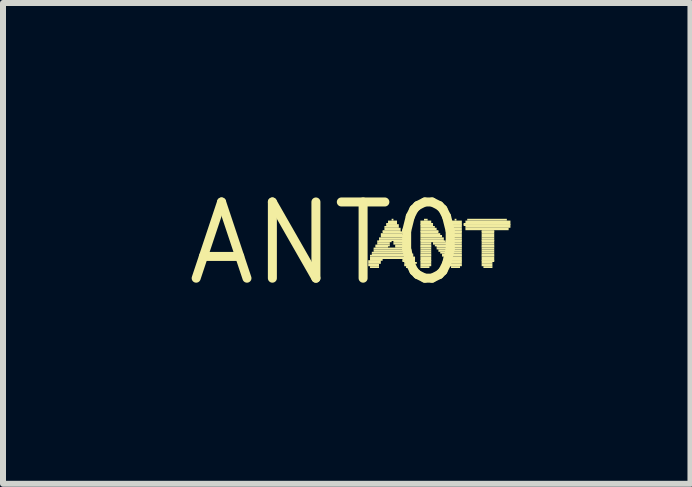
<source format=kicad_pcb>
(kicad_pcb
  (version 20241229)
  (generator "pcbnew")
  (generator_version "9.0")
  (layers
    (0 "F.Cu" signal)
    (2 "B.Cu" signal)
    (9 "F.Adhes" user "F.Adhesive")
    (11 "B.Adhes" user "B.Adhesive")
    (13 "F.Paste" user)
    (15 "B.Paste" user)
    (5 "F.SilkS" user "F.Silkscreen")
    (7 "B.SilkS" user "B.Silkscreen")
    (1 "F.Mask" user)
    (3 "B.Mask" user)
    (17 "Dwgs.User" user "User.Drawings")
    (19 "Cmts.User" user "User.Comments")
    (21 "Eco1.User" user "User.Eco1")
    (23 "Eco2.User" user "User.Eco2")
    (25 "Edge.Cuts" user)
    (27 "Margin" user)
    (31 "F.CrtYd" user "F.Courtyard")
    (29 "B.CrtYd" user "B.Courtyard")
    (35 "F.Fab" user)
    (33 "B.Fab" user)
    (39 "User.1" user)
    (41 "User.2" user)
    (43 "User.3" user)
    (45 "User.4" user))
  (footprint "ANT0"
    (layer "F.Cu")
    (at 2.396 1.006)
    (property "Reference" "ANT0" (at 0 0 0) (layer "F.SilkS") (effects (font (size 1.27 1.27) (thickness 0.15))))
    (fp_poly (pts (xy 0.69 0.31) (xy 0.9 0.31) (xy 0.9 0.28) (xy 0.69 0.28)) (stroke (width 0) (type solid)) (fill yes) (layer "F.SilkS"))
    (fp_poly (pts (xy 0.69 0.34) (xy 0.9 0.34) (xy 0.9 0.31) (xy 0.69 0.31)) (stroke (width 0) (type solid)) (fill yes) (layer "F.SilkS"))
    (fp_poly (pts (xy 0.69 0.38) (xy 0.87 0.38) (xy 0.87 0.34) (xy 0.69 0.34)) (stroke (width 0) (type solid)) (fill yes) (layer "F.SilkS"))
    (fp_poly (pts (xy 0.72 0.22) (xy 1.44 0.22) (xy 1.44 0.19) (xy 0.72 0.19)) (stroke (width 0) (type solid)) (fill yes) (layer "F.SilkS"))
    (fp_poly (pts (xy 0.72 0.26) (xy 1.47 0.26) (xy 1.47 0.22) (xy 0.72 0.22)) (stroke (width 0) (type solid)) (fill yes) (layer "F.SilkS"))
    (fp_poly (pts (xy 0.72 0.29) (xy 0.93 0.29) (xy 0.93 0.26) (xy 0.72 0.26)) (stroke (width 0) (type solid)) (fill yes) (layer "F.SilkS"))
    (fp_poly (pts (xy 0.72 0.41) (xy 0.87 0.41) (xy 0.87 0.38) (xy 0.72 0.38)) (stroke (width 0) (type solid)) (fill yes) (layer "F.SilkS"))
    (fp_poly (pts (xy 0.75 0.17) (xy 1.41 0.17) (xy 1.41 0.14) (xy 0.75 0.14)) (stroke (width 0) (type solid)) (fill yes) (layer "F.SilkS"))
    (fp_poly (pts (xy 0.75 0.2) (xy 1.44 0.2) (xy 1.44 0.17) (xy 0.75 0.17)) (stroke (width 0) (type solid)) (fill yes) (layer "F.SilkS"))
    (fp_poly (pts (xy 0.78 0.1) (xy 1.38 0.1) (xy 1.38 0.07) (xy 0.78 0.07)) (stroke (width 0) (type solid)) (fill yes) (layer "F.SilkS"))
    (fp_poly (pts (xy 0.78 0.14) (xy 1.41 0.14) (xy 1.41 0.1) (xy 0.78 0.1)) (stroke (width 0) (type solid)) (fill yes) (layer "F.SilkS"))
    (fp_poly (pts (xy 0.81 0.05) (xy 1.05 0.05) (xy 1.05 0.02) (xy 0.81 0.02)) (stroke (width 0) (type solid)) (fill yes) (layer "F.SilkS"))
    (fp_poly (pts (xy 0.81 0.07) (xy 1.02 0.07) (xy 1.02 0.04) (xy 0.81 0.04)) (stroke (width 0) (type solid)) (fill yes) (layer "F.SilkS"))
    (fp_poly (pts (xy 0.84 -0.02) (xy 1.08 -0.02) (xy 1.08 -0.05) (xy 0.84 -0.05)) (stroke (width 0) (type solid)) (fill yes) (layer "F.SilkS"))
    (fp_poly (pts (xy 0.84 0.02) (xy 1.05 0.02) (xy 1.05 -0.02) (xy 0.84 -0.02)) (stroke (width 0) (type solid)) (fill yes) (layer "F.SilkS"))
    (fp_poly (pts (xy 0.87 -0.07) (xy 1.29 -0.07) (xy 1.29 -0.1) (xy 0.87 -0.1)) (stroke (width 0) (type solid)) (fill yes) (layer "F.SilkS"))
    (fp_poly (pts (xy 0.87 -0.04) (xy 1.32 -0.04) (xy 1.32 -0.07) (xy 0.87 -0.07)) (stroke (width 0) (type solid)) (fill yes) (layer "F.SilkS"))
    (fp_poly (pts (xy 0.9 -0.14) (xy 1.26 -0.14) (xy 1.26 -0.17) (xy 0.9 -0.17)) (stroke (width 0) (type solid)) (fill yes) (layer "F.SilkS"))
    (fp_poly (pts (xy 0.9 -0.1) (xy 1.29 -0.1) (xy 1.29 -0.14) (xy 0.9 -0.14)) (stroke (width 0) (type solid)) (fill yes) (layer "F.SilkS"))
    (fp_poly (pts (xy 0.93 -0.19) (xy 1.23 -0.19) (xy 1.23 -0.22) (xy 0.93 -0.22)) (stroke (width 0) (type solid)) (fill yes) (layer "F.SilkS"))
    (fp_poly (pts (xy 0.93 -0.17) (xy 1.26 -0.17) (xy 1.26 -0.2) (xy 0.93 -0.2)) (stroke (width 0) (type solid)) (fill yes) (layer "F.SilkS"))
    (fp_poly (pts (xy 0.96 -0.26) (xy 1.2 -0.26) (xy 1.2 -0.29) (xy 0.96 -0.29)) (stroke (width 0) (type solid)) (fill yes) (layer "F.SilkS"))
    (fp_poly (pts (xy 0.96 -0.22) (xy 1.23 -0.22) (xy 1.23 -0.26) (xy 0.96 -0.26)) (stroke (width 0) (type solid)) (fill yes) (layer "F.SilkS"))
    (fp_poly (pts (xy 0.99 -0.31) (xy 1.17 -0.31) (xy 1.17 -0.34) (xy 0.99 -0.34)) (stroke (width 0) (type solid)) (fill yes) (layer "F.SilkS"))
    (fp_poly (pts (xy 0.99 -0.29) (xy 1.2 -0.29) (xy 1.2 -0.32) (xy 0.99 -0.32)) (stroke (width 0) (type solid)) (fill yes) (layer "F.SilkS"))
    (fp_poly (pts (xy 1.02 -0.34) (xy 1.17 -0.34) (xy 1.17 -0.38) (xy 1.02 -0.38)) (stroke (width 0) (type solid)) (fill yes) (layer "F.SilkS"))
    (fp_poly (pts (xy 1.08 -0.38) (xy 1.11 -0.38) (xy 1.11 -0.41) (xy 1.08 -0.41)) (stroke (width 0) (type solid)) (fill yes) (layer "F.SilkS"))
    (fp_poly (pts (xy 1.11 -0.02) (xy 1.32 -0.02) (xy 1.32 -0.05) (xy 1.11 -0.05)) (stroke (width 0) (type solid)) (fill yes) (layer "F.SilkS"))
    (fp_poly (pts (xy 1.11 0.02) (xy 1.35 0.02) (xy 1.35 -0.02) (xy 1.11 -0.02)) (stroke (width 0) (type solid)) (fill yes) (layer "F.SilkS"))
    (fp_poly (pts (xy 1.14 0.05) (xy 1.35 0.05) (xy 1.35 0.02) (xy 1.14 0.02)) (stroke (width 0) (type solid)) (fill yes) (layer "F.SilkS"))
    (fp_poly (pts (xy 1.14 0.07) (xy 1.38 0.07) (xy 1.38 0.04) (xy 1.14 0.04)) (stroke (width 0) (type solid)) (fill yes) (layer "F.SilkS"))
    (fp_poly (pts (xy 1.26 0.29) (xy 1.47 0.29) (xy 1.47 0.26) (xy 1.26 0.26)) (stroke (width 0) (type solid)) (fill yes) (layer "F.SilkS"))
    (fp_poly (pts (xy 1.26 0.31) (xy 1.47 0.31) (xy 1.47 0.28) (xy 1.26 0.28)) (stroke (width 0) (type solid)) (fill yes) (layer "F.SilkS"))
    (fp_poly (pts (xy 1.29 0.34) (xy 1.5 0.34) (xy 1.5 0.31) (xy 1.29 0.31)) (stroke (width 0) (type solid)) (fill yes) (layer "F.SilkS"))
    (fp_poly (pts (xy 1.29 0.38) (xy 1.47 0.38) (xy 1.47 0.34) (xy 1.29 0.34)) (stroke (width 0) (type solid)) (fill yes) (layer "F.SilkS"))
    (fp_poly (pts (xy 1.32 0.41) (xy 1.44 0.41) (xy 1.44 0.38) (xy 1.32 0.38)) (stroke (width 0) (type solid)) (fill yes) (layer "F.SilkS"))
    (fp_poly (pts (xy 1.56 -0.34) (xy 1.74 -0.34) (xy 1.74 -0.38) (xy 1.56 -0.38)) (stroke (width 0) (type solid)) (fill yes) (layer "F.SilkS"))
    (fp_poly (pts (xy 1.56 -0.31) (xy 1.77 -0.31) (xy 1.77 -0.34) (xy 1.56 -0.34)) (stroke (width 0) (type solid)) (fill yes) (layer "F.SilkS"))
    (fp_poly (pts (xy 1.56 -0.29) (xy 1.77 -0.29) (xy 1.77 -0.32) (xy 1.56 -0.32)) (stroke (width 0) (type solid)) (fill yes) (layer "F.SilkS"))
    (fp_poly (pts (xy 1.56 -0.26) (xy 1.8 -0.26) (xy 1.8 -0.29) (xy 1.56 -0.29)) (stroke (width 0) (type solid)) (fill yes) (layer "F.SilkS"))
    (fp_poly (pts (xy 1.56 -0.22) (xy 1.83 -0.22) (xy 1.83 -0.26) (xy 1.56 -0.26)) (stroke (width 0) (type solid)) (fill yes) (layer "F.SilkS"))
    (fp_poly (pts (xy 1.56 -0.19) (xy 1.86 -0.19) (xy 1.86 -0.22) (xy 1.56 -0.22)) (stroke (width 0) (type solid)) (fill yes) (layer "F.SilkS"))
    (fp_poly (pts (xy 1.56 -0.17) (xy 1.86 -0.17) (xy 1.86 -0.2) (xy 1.56 -0.2)) (stroke (width 0) (type solid)) (fill yes) (layer "F.SilkS"))
    (fp_poly (pts (xy 1.56 -0.14) (xy 1.89 -0.14) (xy 1.89 -0.17) (xy 1.56 -0.17)) (stroke (width 0) (type solid)) (fill yes) (layer "F.SilkS"))
    (fp_poly (pts (xy 1.56 -0.1) (xy 1.92 -0.1) (xy 1.92 -0.14) (xy 1.56 -0.14)) (stroke (width 0) (type solid)) (fill yes) (layer "F.SilkS"))
    (fp_poly (pts (xy 1.56 -0.07) (xy 1.95 -0.07) (xy 1.95 -0.1) (xy 1.56 -0.1)) (stroke (width 0) (type solid)) (fill yes) (layer "F.SilkS"))
    (fp_poly (pts (xy 1.56 -0.04) (xy 1.95 -0.04) (xy 1.95 -0.07) (xy 1.56 -0.07)) (stroke (width 0) (type solid)) (fill yes) (layer "F.SilkS"))
    (fp_poly (pts (xy 1.56 -0.02) (xy 1.98 -0.02) (xy 1.98 -0.05) (xy 1.56 -0.05)) (stroke (width 0) (type solid)) (fill yes) (layer "F.SilkS"))
    (fp_poly (pts (xy 1.56 0.02) (xy 1.74 0.02) (xy 1.74 -0.02) (xy 1.56 -0.02)) (stroke (width 0) (type solid)) (fill yes) (layer "F.SilkS"))
    (fp_poly (pts (xy 1.56 0.05) (xy 1.74 0.05) (xy 1.74 0.02) (xy 1.56 0.02)) (stroke (width 0) (type solid)) (fill yes) (layer "F.SilkS"))
    (fp_poly (pts (xy 1.56 0.07) (xy 1.74 0.07) (xy 1.74 0.04) (xy 1.56 0.04)) (stroke (width 0) (type solid)) (fill yes) (layer "F.SilkS"))
    (fp_poly (pts (xy 1.56 0.1) (xy 1.74 0.1) (xy 1.74 0.07) (xy 1.56 0.07)) (stroke (width 0) (type solid)) (fill yes) (layer "F.SilkS"))
    (fp_poly (pts (xy 1.56 0.14) (xy 1.74 0.14) (xy 1.74 0.1) (xy 1.56 0.1)) (stroke (width 0) (type solid)) (fill yes) (layer "F.SilkS"))
    (fp_poly (pts (xy 1.56 0.17) (xy 1.74 0.17) (xy 1.74 0.14) (xy 1.56 0.14)) (stroke (width 0) (type solid)) (fill yes) (layer "F.SilkS"))
    (fp_poly (pts (xy 1.56 0.2) (xy 1.74 0.2) (xy 1.74 0.17) (xy 1.56 0.17)) (stroke (width 0) (type solid)) (fill yes) (layer "F.SilkS"))
    (fp_poly (pts (xy 1.56 0.22) (xy 1.74 0.22) (xy 1.74 0.19) (xy 1.56 0.19)) (stroke (width 0) (type solid)) (fill yes) (layer "F.SilkS"))
    (fp_poly (pts (xy 1.56 0.26) (xy 1.74 0.26) (xy 1.74 0.22) (xy 1.56 0.22)) (stroke (width 0) (type solid)) (fill yes) (layer "F.SilkS"))
    (fp_poly (pts (xy 1.56 0.29) (xy 1.74 0.29) (xy 1.74 0.26) (xy 1.56 0.26)) (stroke (width 0) (type solid)) (fill yes) (layer "F.SilkS"))
    (fp_poly (pts (xy 1.56 0.31) (xy 1.74 0.31) (xy 1.74 0.28) (xy 1.56 0.28)) (stroke (width 0) (type solid)) (fill yes) (layer "F.SilkS"))
    (fp_poly (pts (xy 1.56 0.34) (xy 1.74 0.34) (xy 1.74 0.31) (xy 1.56 0.31)) (stroke (width 0) (type solid)) (fill yes) (layer "F.SilkS"))
    (fp_poly (pts (xy 1.56 0.38) (xy 1.74 0.38) (xy 1.74 0.34) (xy 1.56 0.34)) (stroke (width 0) (type solid)) (fill yes) (layer "F.SilkS"))
    (fp_poly (pts (xy 1.56 0.41) (xy 1.71 0.41) (xy 1.71 0.38) (xy 1.56 0.38)) (stroke (width 0) (type solid)) (fill yes) (layer "F.SilkS"))
    (fp_poly (pts (xy 1.62 -0.38) (xy 1.68 -0.38) (xy 1.68 -0.41) (xy 1.62 -0.41)) (stroke (width 0) (type solid)) (fill yes) (layer "F.SilkS"))
    (fp_poly (pts (xy 1.77 0.02) (xy 2.01 0.02) (xy 2.01 -0.02) (xy 1.77 -0.02)) (stroke (width 0) (type solid)) (fill yes) (layer "F.SilkS"))
    (fp_poly (pts (xy 1.8 0.05) (xy 2.25 0.05) (xy 2.25 0.02) (xy 1.8 0.02)) (stroke (width 0) (type solid)) (fill yes) (layer "F.SilkS"))
    (fp_poly (pts (xy 1.83 0.07) (xy 2.25 0.07) (xy 2.25 0.04) (xy 1.83 0.04)) (stroke (width 0) (type solid)) (fill yes) (layer "F.SilkS"))
    (fp_poly (pts (xy 1.83 0.1) (xy 2.25 0.1) (xy 2.25 0.07) (xy 1.83 0.07)) (stroke (width 0) (type solid)) (fill yes) (layer "F.SilkS"))
    (fp_poly (pts (xy 1.86 0.14) (xy 2.25 0.14) (xy 2.25 0.1) (xy 1.86 0.1)) (stroke (width 0) (type solid)) (fill yes) (layer "F.SilkS"))
    (fp_poly (pts (xy 1.89 0.17) (xy 2.25 0.17) (xy 2.25 0.14) (xy 1.89 0.14)) (stroke (width 0) (type solid)) (fill yes) (layer "F.SilkS"))
    (fp_poly (pts (xy 1.92 0.2) (xy 2.25 0.2) (xy 2.25 0.17) (xy 1.92 0.17)) (stroke (width 0) (type solid)) (fill yes) (layer "F.SilkS"))
    (fp_poly (pts (xy 1.92 0.22) (xy 2.25 0.22) (xy 2.25 0.19) (xy 1.92 0.19)) (stroke (width 0) (type solid)) (fill yes) (layer "F.SilkS"))
    (fp_poly (pts (xy 1.95 0.26) (xy 2.25 0.26) (xy 2.25 0.22) (xy 1.95 0.22)) (stroke (width 0) (type solid)) (fill yes) (layer "F.SilkS"))
    (fp_poly (pts (xy 1.98 0.29) (xy 2.25 0.29) (xy 2.25 0.26) (xy 1.98 0.26)) (stroke (width 0) (type solid)) (fill yes) (layer "F.SilkS"))
    (fp_poly (pts (xy 2.01 0.31) (xy 2.25 0.31) (xy 2.25 0.28) (xy 2.01 0.28)) (stroke (width 0) (type solid)) (fill yes) (layer "F.SilkS"))
    (fp_poly (pts (xy 2.01 0.34) (xy 2.25 0.34) (xy 2.25 0.31) (xy 2.01 0.31)) (stroke (width 0) (type solid)) (fill yes) (layer "F.SilkS"))
    (fp_poly (pts (xy 2.04 -0.31) (xy 2.25 -0.31) (xy 2.25 -0.34) (xy 2.04 -0.34)) (stroke (width 0) (type solid)) (fill yes) (layer "F.SilkS"))
    (fp_poly (pts (xy 2.04 -0.29) (xy 2.25 -0.29) (xy 2.25 -0.32) (xy 2.04 -0.32)) (stroke (width 0) (type solid)) (fill yes) (layer "F.SilkS"))
    (fp_poly (pts (xy 2.04 -0.26) (xy 2.25 -0.26) (xy 2.25 -0.29) (xy 2.04 -0.29)) (stroke (width 0) (type solid)) (fill yes) (layer "F.SilkS"))
    (fp_poly (pts (xy 2.04 -0.22) (xy 2.25 -0.22) (xy 2.25 -0.26) (xy 2.04 -0.26)) (stroke (width 0) (type solid)) (fill yes) (layer "F.SilkS"))
    (fp_poly (pts (xy 2.04 -0.19) (xy 2.25 -0.19) (xy 2.25 -0.22) (xy 2.04 -0.22)) (stroke (width 0) (type solid)) (fill yes) (layer "F.SilkS"))
    (fp_poly (pts (xy 2.04 -0.17) (xy 2.25 -0.17) (xy 2.25 -0.2) (xy 2.04 -0.2)) (stroke (width 0) (type solid)) (fill yes) (layer "F.SilkS"))
    (fp_poly (pts (xy 2.04 -0.14) (xy 2.25 -0.14) (xy 2.25 -0.17) (xy 2.04 -0.17)) (stroke (width 0) (type solid)) (fill yes) (layer "F.SilkS"))
    (fp_poly (pts (xy 2.04 -0.1) (xy 2.25 -0.1) (xy 2.25 -0.14) (xy 2.04 -0.14)) (stroke (width 0) (type solid)) (fill yes) (layer "F.SilkS"))
    (fp_poly (pts (xy 2.04 -0.07) (xy 2.25 -0.07) (xy 2.25 -0.1) (xy 2.04 -0.1)) (stroke (width 0) (type solid)) (fill yes) (layer "F.SilkS"))
    (fp_poly (pts (xy 2.04 -0.04) (xy 2.25 -0.04) (xy 2.25 -0.07) (xy 2.04 -0.07)) (stroke (width 0) (type solid)) (fill yes) (layer "F.SilkS"))
    (fp_poly (pts (xy 2.04 -0.02) (xy 2.25 -0.02) (xy 2.25 -0.05) (xy 2.04 -0.05)) (stroke (width 0) (type solid)) (fill yes) (layer "F.SilkS"))
    (fp_poly (pts (xy 2.04 0.02) (xy 2.25 0.02) (xy 2.25 -0.02) (xy 2.04 -0.02)) (stroke (width 0) (type solid)) (fill yes) (layer "F.SilkS"))
    (fp_poly (pts (xy 2.04 0.38) (xy 2.25 0.38) (xy 2.25 0.34) (xy 2.04 0.34)) (stroke (width 0) (type solid)) (fill yes) (layer "F.SilkS"))
    (fp_poly (pts (xy 2.07 -0.34) (xy 2.25 -0.34) (xy 2.25 -0.38) (xy 2.07 -0.38)) (stroke (width 0) (type solid)) (fill yes) (layer "F.SilkS"))
    (fp_poly (pts (xy 2.07 0.41) (xy 2.22 0.41) (xy 2.22 0.38) (xy 2.07 0.38)) (stroke (width 0) (type solid)) (fill yes) (layer "F.SilkS"))
    (fp_poly (pts (xy 2.13 -0.38) (xy 2.16 -0.38) (xy 2.16 -0.41) (xy 2.13 -0.41)) (stroke (width 0) (type solid)) (fill yes) (layer "F.SilkS"))
    (fp_poly (pts (xy 2.28 -0.31) (xy 3.06 -0.31) (xy 3.06 -0.34) (xy 2.28 -0.34)) (stroke (width 0) (type solid)) (fill yes) (layer "F.SilkS"))
    (fp_poly (pts (xy 2.28 -0.29) (xy 3.06 -0.29) (xy 3.06 -0.32) (xy 2.28 -0.32)) (stroke (width 0) (type solid)) (fill yes) (layer "F.SilkS"))
    (fp_poly (pts (xy 2.31 -0.34) (xy 3.06 -0.34) (xy 3.06 -0.38) (xy 2.31 -0.38)) (stroke (width 0) (type solid)) (fill yes) (layer "F.SilkS"))
    (fp_poly (pts (xy 2.31 -0.26) (xy 3.06 -0.26) (xy 3.06 -0.29) (xy 2.31 -0.29)) (stroke (width 0) (type solid)) (fill yes) (layer "F.SilkS"))
    (fp_poly (pts (xy 2.31 -0.22) (xy 3.03 -0.22) (xy 3.03 -0.26) (xy 2.31 -0.26)) (stroke (width 0) (type solid)) (fill yes) (layer "F.SilkS"))
    (fp_poly (pts (xy 2.34 -0.38) (xy 3 -0.38) (xy 3 -0.41) (xy 2.34 -0.41)) (stroke (width 0) (type solid)) (fill yes) (layer "F.SilkS"))
    (fp_poly (pts (xy 2.58 -0.19) (xy 2.79 -0.19) (xy 2.79 -0.22) (xy 2.58 -0.22)) (stroke (width 0) (type solid)) (fill yes) (layer "F.SilkS"))
    (fp_poly (pts (xy 2.58 -0.17) (xy 2.79 -0.17) (xy 2.79 -0.2) (xy 2.58 -0.2)) (stroke (width 0) (type solid)) (fill yes) (layer "F.SilkS"))
    (fp_poly (pts (xy 2.58 -0.14) (xy 2.79 -0.14) (xy 2.79 -0.17) (xy 2.58 -0.17)) (stroke (width 0) (type solid)) (fill yes) (layer "F.SilkS"))
    (fp_poly (pts (xy 2.58 -0.1) (xy 2.79 -0.1) (xy 2.79 -0.14) (xy 2.58 -0.14)) (stroke (width 0) (type solid)) (fill yes) (layer "F.SilkS"))
    (fp_poly (pts (xy 2.58 -0.07) (xy 2.79 -0.07) (xy 2.79 -0.1) (xy 2.58 -0.1)) (stroke (width 0) (type solid)) (fill yes) (layer "F.SilkS"))
    (fp_poly (pts (xy 2.58 -0.04) (xy 2.79 -0.04) (xy 2.79 -0.07) (xy 2.58 -0.07)) (stroke (width 0) (type solid)) (fill yes) (layer "F.SilkS"))
    (fp_poly (pts (xy 2.58 -0.02) (xy 2.79 -0.02) (xy 2.79 -0.05) (xy 2.58 -0.05)) (stroke (width 0) (type solid)) (fill yes) (layer "F.SilkS"))
    (fp_poly (pts (xy 2.58 0.02) (xy 2.79 0.02) (xy 2.79 -0.02) (xy 2.58 -0.02)) (stroke (width 0) (type solid)) (fill yes) (layer "F.SilkS"))
    (fp_poly (pts (xy 2.58 0.05) (xy 2.79 0.05) (xy 2.79 0.02) (xy 2.58 0.02)) (stroke (width 0) (type solid)) (fill yes) (layer "F.SilkS"))
    (fp_poly (pts (xy 2.58 0.07) (xy 2.79 0.07) (xy 2.79 0.04) (xy 2.58 0.04)) (stroke (width 0) (type solid)) (fill yes) (layer "F.SilkS"))
    (fp_poly (pts (xy 2.58 0.1) (xy 2.79 0.1) (xy 2.79 0.07) (xy 2.58 0.07)) (stroke (width 0) (type solid)) (fill yes) (layer "F.SilkS"))
    (fp_poly (pts (xy 2.58 0.14) (xy 2.79 0.14) (xy 2.79 0.1) (xy 2.58 0.1)) (stroke (width 0) (type solid)) (fill yes) (layer "F.SilkS"))
    (fp_poly (pts (xy 2.58 0.17) (xy 2.79 0.17) (xy 2.79 0.14) (xy 2.58 0.14)) (stroke (width 0) (type solid)) (fill yes) (layer "F.SilkS"))
    (fp_poly (pts (xy 2.58 0.2) (xy 2.79 0.2) (xy 2.79 0.17) (xy 2.58 0.17)) (stroke (width 0) (type solid)) (fill yes) (layer "F.SilkS"))
    (fp_poly (pts (xy 2.58 0.22) (xy 2.79 0.22) (xy 2.79 0.19) (xy 2.58 0.19)) (stroke (width 0) (type solid)) (fill yes) (layer "F.SilkS"))
    (fp_poly (pts (xy 2.58 0.26) (xy 2.79 0.26) (xy 2.79 0.22) (xy 2.58 0.22)) (stroke (width 0) (type solid)) (fill yes) (layer "F.SilkS"))
    (fp_poly (pts (xy 2.58 0.29) (xy 2.79 0.29) (xy 2.79 0.26) (xy 2.58 0.26)) (stroke (width 0) (type solid)) (fill yes) (layer "F.SilkS"))
    (fp_poly (pts (xy 2.58 0.31) (xy 2.79 0.31) (xy 2.79 0.28) (xy 2.58 0.28)) (stroke (width 0) (type solid)) (fill yes) (layer "F.SilkS"))
    (fp_poly (pts (xy 2.58 0.34) (xy 2.76 0.34) (xy 2.76 0.31) (xy 2.58 0.31)) (stroke (width 0) (type solid)) (fill yes) (layer "F.SilkS"))
    (fp_poly (pts (xy 2.58 0.38) (xy 2.76 0.38) (xy 2.76 0.34) (xy 2.58 0.34)) (stroke (width 0) (type solid)) (fill yes) (layer "F.SilkS"))
    (fp_poly (pts (xy 2.61 0.41) (xy 2.76 0.41) (xy 2.76 0.38) (xy 2.61 0.38)) (stroke (width 0) (type solid)) (fill yes) (layer "F.SilkS")))
  (gr_rect
    (start -3 -3)
    (end 8.456 5.012)
    (stroke (width 0.1) (type default))
    (fill no)
    (layer "Edge.Cuts")))
</source>
